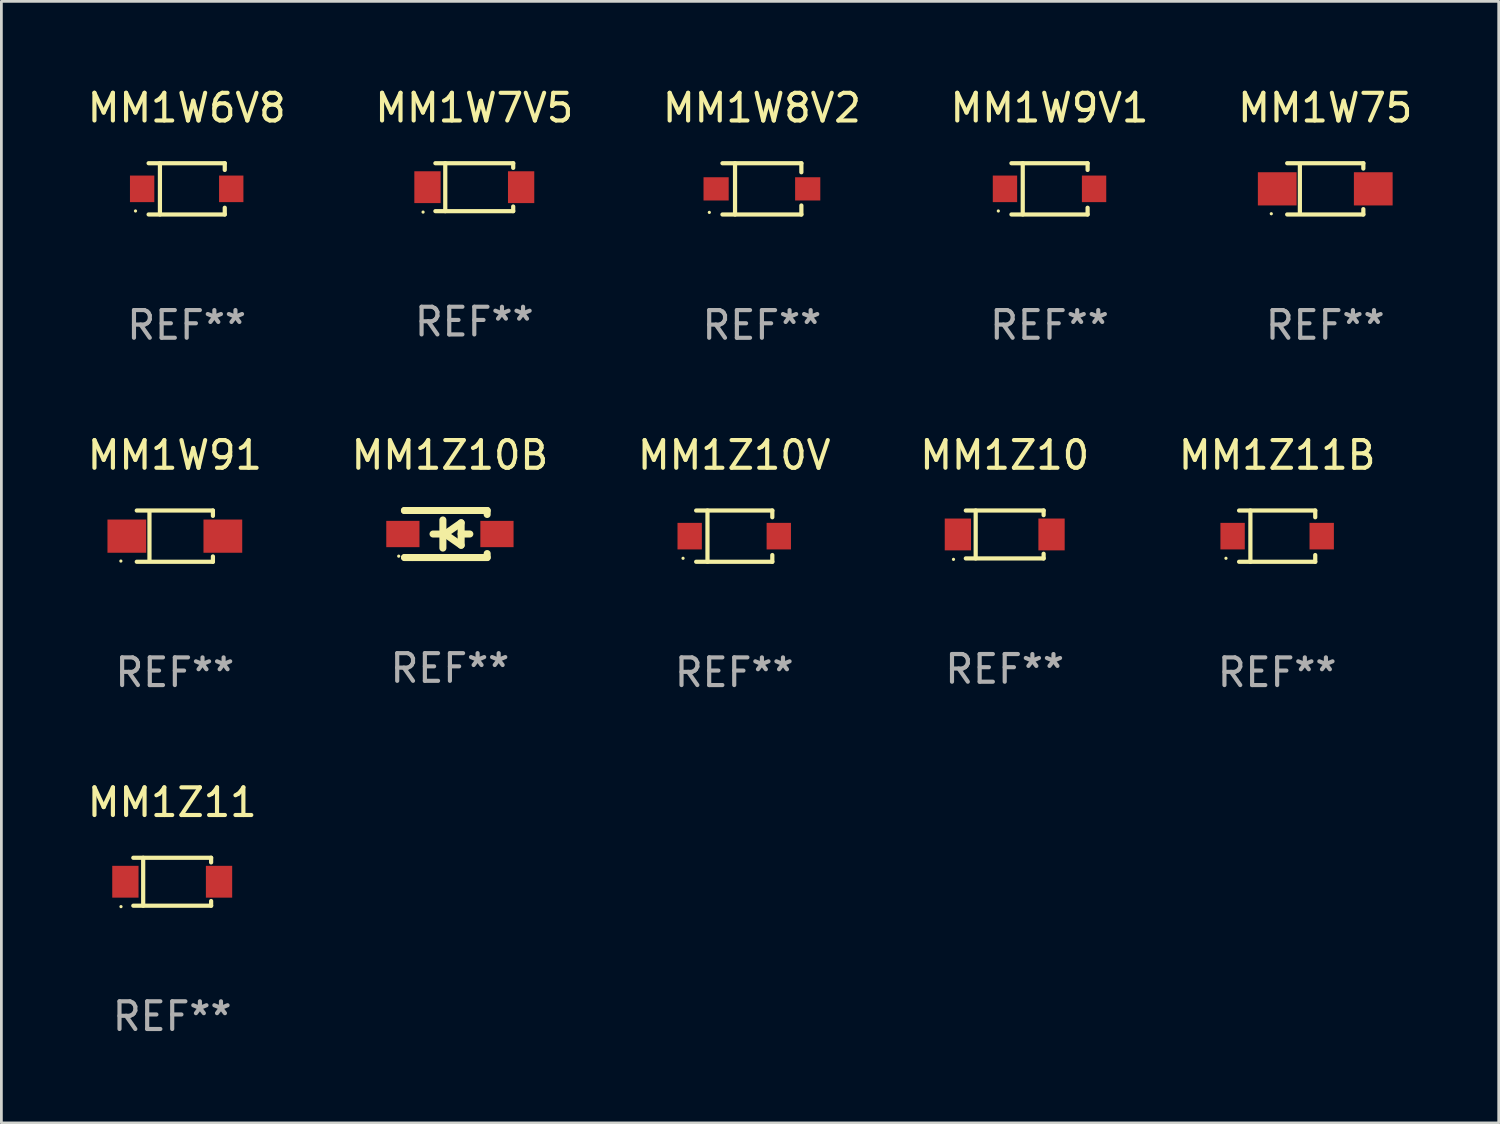
<source format=kicad_pcb>
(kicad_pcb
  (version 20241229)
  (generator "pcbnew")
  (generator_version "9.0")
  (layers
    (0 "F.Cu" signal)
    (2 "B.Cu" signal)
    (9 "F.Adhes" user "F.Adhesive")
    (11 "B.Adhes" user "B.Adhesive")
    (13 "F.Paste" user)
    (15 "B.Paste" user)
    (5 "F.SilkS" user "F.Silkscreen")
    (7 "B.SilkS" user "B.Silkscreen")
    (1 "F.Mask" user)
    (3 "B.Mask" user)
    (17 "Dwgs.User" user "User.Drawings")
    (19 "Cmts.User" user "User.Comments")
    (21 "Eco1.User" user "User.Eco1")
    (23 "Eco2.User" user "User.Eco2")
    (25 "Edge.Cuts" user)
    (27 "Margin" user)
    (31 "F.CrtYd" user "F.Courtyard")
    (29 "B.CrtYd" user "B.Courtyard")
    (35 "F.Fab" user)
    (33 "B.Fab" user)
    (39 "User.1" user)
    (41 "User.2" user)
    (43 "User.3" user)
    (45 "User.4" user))
  (footprint "MM1Z10B"
    (layer "F.Cu")
    (at 13.208 16.247)
    (property "Reference" "MM1Z10B" (at 0 -2.85 0) (layer "F.SilkS") (effects (font (size 1 1) (thickness 0.15))))
    (attr through_hole)
    (fp_line (start -1.643 -0.85) (end -1.644 -0.849) (stroke (width 0.254) (type solid)) (layer "F.SilkS"))
    (fp_line (start -1.638 0.85) (end -1.639 0.849) (stroke (width 0.254) (type solid)) (layer "F.SilkS"))
    (fp_line (start -1.346 -0.85) (end -1.643 -0.85) (stroke (width 0.254) (type solid)) (layer "F.SilkS"))
    (fp_line (start -1.346 -0.85) (end 1.346 -0.85) (stroke (width 0.254) (type solid)) (layer "F.SilkS"))
    (fp_line (start -1.346 0.85) (end -1.638 0.85) (stroke (width 0.254) (type solid)) (layer "F.SilkS"))
    (fp_line (start -0.28 0) (end -0.61 0) (stroke (width 0.254) (type solid)) (layer "F.SilkS"))
    (fp_line (start -0.254 -0.508) (end -0.254 0.508) (stroke (width 0.254) (type solid)) (layer "F.SilkS"))
    (fp_line (start -0.178 0) (end 0.406 -0.406) (stroke (width 0.254) (type solid)) (layer "F.SilkS"))
    (fp_line (start 0.406 -0.406) (end 0.406 0.406) (stroke (width 0.254) (type solid)) (layer "F.SilkS"))
    (fp_line (start 0.406 -0.000254) (end 0.72 -0.000254) (stroke (width 0.254) (type solid)) (layer "F.SilkS"))
    (fp_line (start 0.406 0.406) (end -0.178 0) (stroke (width 0.254) (type solid)) (layer "F.SilkS"))
    (fp_line (start 1.346 -0.85) (end 1.346 -0.706) (stroke (width 0.254) (type solid)) (layer "F.SilkS"))
    (fp_line (start 1.346 0.706) (end 1.346 0.85) (stroke (width 0.254) (type solid)) (layer "F.SilkS"))
    (fp_line (start 1.346 0.85) (end -1.346 0.85) (stroke (width 0.254) (type solid)) (layer "F.SilkS"))
    (fp_circle (center -1.85 0.8) (end -1.82 0.8) (stroke (width 0.06) (type solid)) (fill no) (layer "F.SilkS"))
    (fp_text user "REF**" (at 0 4.85 0) (layer "F.Fab") (effects (font (size 1 1) (thickness 0.15))))
    (pad "1" smd rect (at -1.7 0) (size 1.2 0.95) (layers "F.Cu" "F.Mask" "F.Paste"))
    (pad "2" smd rect (at 1.7 0) (size 1.2 0.95) (layers "F.Cu" "F.Mask" "F.Paste")))
  (footprint "MM1Z11B"
    (layer "F.Cu")
    (at 43.101 16.324)
    (property "Reference" "MM1Z11B" (at 0 -2.926 0) (layer "F.SilkS") (effects (font (size 1 1) (thickness 0.15))))
    (attr through_hole)
    (fp_line (start -1.376 -0.926) (end 1.376 -0.926) (stroke (width 0.152) (type solid)) (layer "F.SilkS"))
    (fp_line (start -1.376 0.926) (end 1.376 0.926) (stroke (width 0.152) (type solid)) (layer "F.SilkS"))
    (fp_line (start -0.967 -0.926) (end -0.967 0.926) (stroke (width 0.152) (type solid)) (layer "F.SilkS"))
    (fp_line (start 1.376 -0.926) (end 1.376 -0.683) (stroke (width 0.152) (type solid)) (layer "F.SilkS"))
    (fp_line (start 1.376 0.926) (end 1.376 0.683) (stroke (width 0.152) (type solid)) (layer "F.SilkS"))
    (fp_circle (center -1.85 0.8) (end -1.82 0.8) (stroke (width 0.06) (type solid)) (fill no) (layer "F.SilkS"))
    (fp_text user "REF**" (at 0 4.926 0) (layer "F.Fab") (effects (font (size 1 1) (thickness 0.15))))
    (pad "1" smd rect (at -1.61 0) (size 0.88 0.96) (layers "F.Cu" "F.Mask" "F.Paste"))
    (pad "2" smd rect (at 1.61 0) (size 0.88 0.96) (layers "F.Cu" "F.Mask" "F.Paste")))
  (footprint "MM1W9V1"
    (layer "F.Cu")
    (at 34.875 3.774)
    (property "Reference" "MM1W9V1" (at 0 -2.926 0) (layer "F.SilkS") (effects (font (size 1 1) (thickness 0.15))))
    (attr through_hole)
    (fp_line (start -1.376 -0.926) (end 1.376 -0.926) (stroke (width 0.152) (type solid)) (layer "F.SilkS"))
    (fp_line (start -1.376 0.926) (end 1.376 0.926) (stroke (width 0.152) (type solid)) (layer "F.SilkS"))
    (fp_line (start -0.967 -0.926) (end -0.967 0.926) (stroke (width 0.152) (type solid)) (layer "F.SilkS"))
    (fp_line (start 1.376 -0.926) (end 1.376 -0.683) (stroke (width 0.152) (type solid)) (layer "F.SilkS"))
    (fp_line (start 1.376 0.926) (end 1.376 0.683) (stroke (width 0.152) (type solid)) (layer "F.SilkS"))
    (fp_circle (center -1.85 0.8) (end -1.82 0.8) (stroke (width 0.06) (type solid)) (fill no) (layer "F.SilkS"))
    (fp_text user "REF**" (at 0 4.926 0) (layer "F.Fab") (effects (font (size 1 1) (thickness 0.15))))
    (pad "1" smd rect (at -1.61 0) (size 0.88 0.96) (layers "F.Cu" "F.Mask" "F.Paste"))
    (pad "2" smd rect (at 1.61 0) (size 0.88 0.96) (layers "F.Cu" "F.Mask" "F.Paste")))
  (footprint "MM1W91"
    (layer "F.Cu")
    (at 3.268 16.324)
    (property "Reference" "MM1W91" (at 0 -2.926 0) (layer "F.SilkS") (effects (font (size 1 1) (thickness 0.15))))
    (attr through_hole)
    (fp_line (start -1.376 -0.926) (end 1.376 -0.926) (stroke (width 0.152) (type solid)) (layer "F.SilkS"))
    (fp_line (start -1.376 0.926) (end 1.376 0.926) (stroke (width 0.152) (type solid)) (layer "F.SilkS"))
    (fp_line (start -0.917 -0.876) (end -0.917 0.876) (stroke (width 0.152) (type solid)) (layer "F.SilkS"))
    (fp_line (start 1.376 -0.926) (end 1.376 -0.733) (stroke (width 0.152) (type solid)) (layer "F.SilkS"))
    (fp_line (start 1.376 0.926) (end 1.376 0.733) (stroke (width 0.152) (type solid)) (layer "F.SilkS"))
    (fp_circle (center -1.95 0.9) (end -1.92 0.9) (stroke (width 0.06) (type solid)) (fill no) (layer "F.SilkS"))
    (fp_text user "REF**" (at 0 4.926 0) (layer "F.Fab") (effects (font (size 1 1) (thickness 0.15))))
    (pad "1" smd rect (at -1.735 0) (size 1.4 1.2) (layers "F.Cu" "F.Mask" "F.Paste"))
    (pad "2" smd rect (at 1.735 0) (size 1.4 1.2) (layers "F.Cu" "F.Mask" "F.Paste")))
  (footprint "MM1W75"
    (layer "F.Cu")
    (at 44.839 3.774)
    (property "Reference" "MM1W75" (at 0 -2.926 0) (layer "F.SilkS") (effects (font (size 1 1) (thickness 0.15))))
    (attr through_hole)
    (fp_line (start -1.376 -0.926) (end 1.376 -0.926) (stroke (width 0.152) (type solid)) (layer "F.SilkS"))
    (fp_line (start -1.376 0.926) (end 1.376 0.926) (stroke (width 0.152) (type solid)) (layer "F.SilkS"))
    (fp_line (start -0.917 -0.876) (end -0.917 0.876) (stroke (width 0.152) (type solid)) (layer "F.SilkS"))
    (fp_line (start 1.376 -0.926) (end 1.376 -0.733) (stroke (width 0.152) (type solid)) (layer "F.SilkS"))
    (fp_line (start 1.376 0.926) (end 1.376 0.733) (stroke (width 0.152) (type solid)) (layer "F.SilkS"))
    (fp_circle (center -1.95 0.9) (end -1.92 0.9) (stroke (width 0.06) (type solid)) (fill no) (layer "F.SilkS"))
    (fp_text user "REF**" (at 0 4.926 0) (layer "F.Fab") (effects (font (size 1 1) (thickness 0.15))))
    (pad "1" smd rect (at -1.735 0) (size 1.4 1.2) (layers "F.Cu" "F.Mask" "F.Paste"))
    (pad "2" smd rect (at 1.735 0) (size 1.4 1.2) (layers "F.Cu" "F.Mask" "F.Paste")))
  (footprint "MM1W6V8"
    (layer "F.Cu")
    (at 3.696 3.774)
    (property "Reference" "MM1W6V8" (at 0 -2.926 0) (layer "F.SilkS") (effects (font (size 1 1) (thickness 0.15))))
    (attr through_hole)
    (fp_line (start -1.376 -0.926) (end 1.376 -0.926) (stroke (width 0.152) (type solid)) (layer "F.SilkS"))
    (fp_line (start -1.376 0.926) (end 1.376 0.926) (stroke (width 0.152) (type solid)) (layer "F.SilkS"))
    (fp_line (start -0.967 -0.926) (end -0.967 0.926) (stroke (width 0.152) (type solid)) (layer "F.SilkS"))
    (fp_line (start 1.376 -0.926) (end 1.376 -0.683) (stroke (width 0.152) (type solid)) (layer "F.SilkS"))
    (fp_line (start 1.376 0.926) (end 1.376 0.683) (stroke (width 0.152) (type solid)) (layer "F.SilkS"))
    (fp_circle (center -1.85 0.8) (end -1.82 0.8) (stroke (width 0.06) (type solid)) (fill no) (layer "F.SilkS"))
    (fp_text user "REF**" (at 0 4.926 0) (layer "F.Fab") (effects (font (size 1 1) (thickness 0.15))))
    (pad "1" smd rect (at -1.61 0) (size 0.88 0.96) (layers "F.Cu" "F.Mask" "F.Paste"))
    (pad "2" smd rect (at 1.61 0) (size 0.88 0.96) (layers "F.Cu" "F.Mask" "F.Paste")))
  (footprint "MM1Z10"
    (layer "F.Cu")
    (at 33.256 16.263)
    (property "Reference" "MM1Z10" (at 0 -2.866 0) (layer "F.SilkS") (effects (font (size 1 1) (thickness 0.15))))
    (attr through_hole)
    (fp_line (start -1.406 -0.866) (end 1.406 -0.866) (stroke (width 0.152) (type solid)) (layer "F.SilkS"))
    (fp_line (start -1.406 0.866) (end 1.406 0.866) (stroke (width 0.152) (type solid)) (layer "F.SilkS"))
    (fp_line (start -1.049 -0.866) (end -1.049 0.866) (stroke (width 0.152) (type solid)) (layer "F.SilkS"))
    (fp_line (start 1.406 -0.866) (end 1.406 -0.698) (stroke (width 0.152) (type solid)) (layer "F.SilkS"))
    (fp_line (start 1.406 0.866) (end 1.406 0.698) (stroke (width 0.152) (type solid)) (layer "F.SilkS"))
    (fp_circle (center -1.851 0.9) (end -1.821 0.9) (stroke (width 0.06) (type solid)) (fill no) (layer "F.SilkS"))
    (fp_text user "REF**" (at 0 4.866 0) (layer "F.Fab") (effects (font (size 1 1) (thickness 0.15))))
    (pad "1" smd rect (at -1.692 0) (size 0.95 1.15) (layers "F.Cu" "F.Mask" "F.Paste"))
    (pad "2" smd rect (at 1.692 0) (size 0.95 1.15) (layers "F.Cu" "F.Mask" "F.Paste")))
  (footprint "MM1W8V2"
    (layer "F.Cu")
    (at 24.482 3.775)
    (property "Reference" "MM1W8V2" (at 0 -2.926 0) (layer "F.SilkS") (effects (font (size 1 1) (thickness 0.15))))
    (attr through_hole)
    (fp_line (start -1.426 0.926) (end 1.426 0.926) (stroke (width 0.152) (type solid)) (layer "F.SilkS"))
    (fp_line (start -1.426 -0.926) (end 1.426 -0.926) (stroke (width 0.152) (type solid)) (layer "F.SilkS"))
    (fp_line (start -0.971 0.926) (end -0.971 -0.926) (stroke (width 0.152) (type solid)) (layer "F.SilkS"))
    (fp_line (start 1.426 -0.926) (end 1.426 -0.6) (stroke (width 0.152) (type solid)) (layer "F.SilkS"))
    (fp_line (start 1.426 0.6) (end 1.426 0.926) (stroke (width 0.152) (type solid)) (layer "F.SilkS"))
    (fp_circle (center -1.9 0.85) (end -1.87 0.85) (stroke (width 0.06) (type solid)) (fill no) (layer "F.SilkS"))
    (fp_text user "REF**" (at 0 4.926 0) (layer "F.Fab") (effects (font (size 1 1) (thickness 0.15))))
    (pad "1" smd rect (at -1.655 -0.000064) (size 0.91 0.84) (layers "F.Cu" "F.Mask" "F.Paste"))
    (pad "2" smd rect (at 1.655 -0.000064) (size 0.91 0.84) (layers "F.Cu" "F.Mask" "F.Paste")))
  (footprint "MM1Z10V"
    (layer "F.Cu")
    (at 23.482 16.324)
    (property "Reference" "MM1Z10V" (at 0 -2.926 0) (layer "F.SilkS") (effects (font (size 1 1) (thickness 0.15))))
    (attr through_hole)
    (fp_line (start -1.376 -0.926) (end 1.376 -0.926) (stroke (width 0.152) (type solid)) (layer "F.SilkS"))
    (fp_line (start -1.376 0.926) (end 1.376 0.926) (stroke (width 0.152) (type solid)) (layer "F.SilkS"))
    (fp_line (start -0.967 -0.926) (end -0.967 0.926) (stroke (width 0.152) (type solid)) (layer "F.SilkS"))
    (fp_line (start 1.376 -0.926) (end 1.376 -0.683) (stroke (width 0.152) (type solid)) (layer "F.SilkS"))
    (fp_line (start 1.376 0.926) (end 1.376 0.683) (stroke (width 0.152) (type solid)) (layer "F.SilkS"))
    (fp_circle (center -1.85 0.8) (end -1.82 0.8) (stroke (width 0.06) (type solid)) (fill no) (layer "F.SilkS"))
    (fp_text user "REF**" (at 0 4.926 0) (layer "F.Fab") (effects (font (size 1 1) (thickness 0.15))))
    (pad "1" smd rect (at -1.61 0) (size 0.88 0.96) (layers "F.Cu" "F.Mask" "F.Paste"))
    (pad "2" smd rect (at 1.61 0) (size 0.88 0.96) (layers "F.Cu" "F.Mask" "F.Paste")))
  (footprint "MM1Z11"
    (layer "F.Cu")
    (at 3.173 28.812)
    (property "Reference" "MM1Z11" (at 0 -2.866 0) (layer "F.SilkS") (effects (font (size 1 1) (thickness 0.15))))
    (attr through_hole)
    (fp_line (start -1.406 -0.866) (end 1.406 -0.866) (stroke (width 0.152) (type solid)) (layer "F.SilkS"))
    (fp_line (start -1.406 0.866) (end 1.406 0.866) (stroke (width 0.152) (type solid)) (layer "F.SilkS"))
    (fp_line (start -1.049 -0.866) (end -1.049 0.866) (stroke (width 0.152) (type solid)) (layer "F.SilkS"))
    (fp_line (start 1.406 -0.866) (end 1.406 -0.698) (stroke (width 0.152) (type solid)) (layer "F.SilkS"))
    (fp_line (start 1.406 0.866) (end 1.406 0.698) (stroke (width 0.152) (type solid)) (layer "F.SilkS"))
    (fp_circle (center -1.851 0.9) (end -1.821 0.9) (stroke (width 0.06) (type solid)) (fill no) (layer "F.SilkS"))
    (fp_text user "REF**" (at 0 4.866 0) (layer "F.Fab") (effects (font (size 1 1) (thickness 0.15))))
    (pad "1" smd rect (at -1.692 0) (size 0.95 1.15) (layers "F.Cu" "F.Mask" "F.Paste"))
    (pad "2" smd rect (at 1.692 0) (size 0.95 1.15) (layers "F.Cu" "F.Mask" "F.Paste")))
  (footprint "MM1W7V5"
    (layer "F.Cu")
    (at 14.089 3.714)
    (property "Reference" "MM1W7V5" (at 0 -2.866 0) (layer "F.SilkS") (effects (font (size 1 1) (thickness 0.15))))
    (attr through_hole)
    (fp_line (start -1.406 -0.866) (end 1.406 -0.866) (stroke (width 0.152) (type solid)) (layer "F.SilkS"))
    (fp_line (start -1.406 0.866) (end 1.406 0.866) (stroke (width 0.152) (type solid)) (layer "F.SilkS"))
    (fp_line (start -1.049 -0.866) (end -1.049 0.866) (stroke (width 0.152) (type solid)) (layer "F.SilkS"))
    (fp_line (start 1.406 -0.866) (end 1.406 -0.698) (stroke (width 0.152) (type solid)) (layer "F.SilkS"))
    (fp_line (start 1.406 0.866) (end 1.406 0.698) (stroke (width 0.152) (type solid)) (layer "F.SilkS"))
    (fp_circle (center -1.851 0.9) (end -1.821 0.9) (stroke (width 0.06) (type solid)) (fill no) (layer "F.SilkS"))
    (fp_text user "REF**" (at 0 4.866 0) (layer "F.Fab") (effects (font (size 1 1) (thickness 0.15))))
    (pad "1" smd rect (at -1.692 0) (size 0.95 1.15) (layers "F.Cu" "F.Mask" "F.Paste"))
    (pad "2" smd rect (at 1.692 0) (size 0.95 1.15) (layers "F.Cu" "F.Mask" "F.Paste")))
  (gr_rect
    (start -3 -3)
    (end 51.107 37.527)
    (stroke (width 0.1) (type default))
    (fill no)
    (layer "Edge.Cuts")))
</source>
